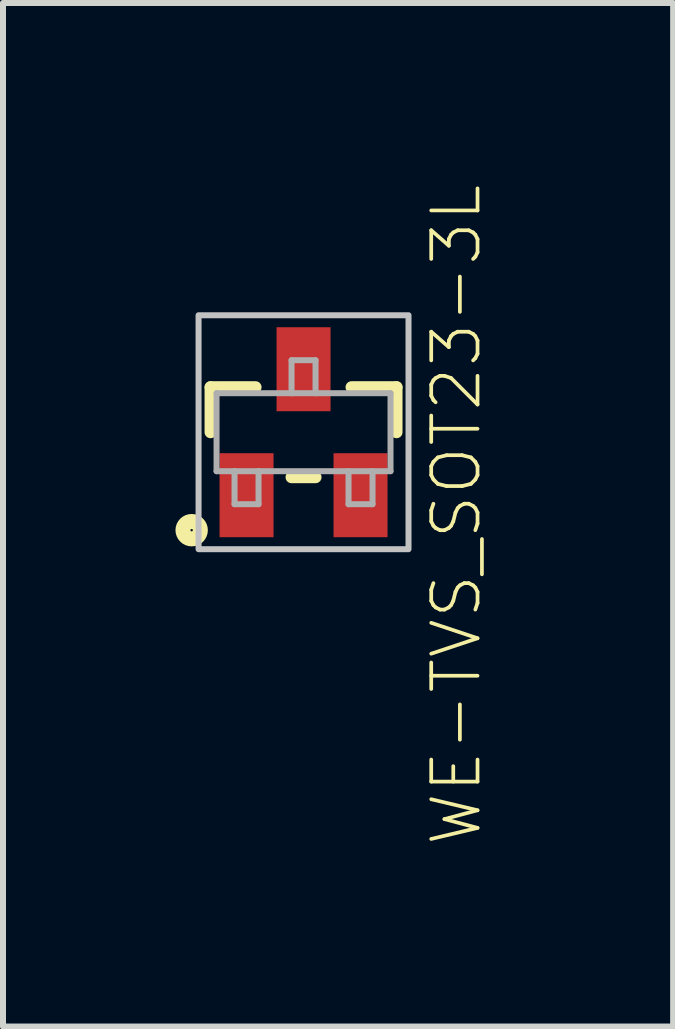
<source format=kicad_pcb>
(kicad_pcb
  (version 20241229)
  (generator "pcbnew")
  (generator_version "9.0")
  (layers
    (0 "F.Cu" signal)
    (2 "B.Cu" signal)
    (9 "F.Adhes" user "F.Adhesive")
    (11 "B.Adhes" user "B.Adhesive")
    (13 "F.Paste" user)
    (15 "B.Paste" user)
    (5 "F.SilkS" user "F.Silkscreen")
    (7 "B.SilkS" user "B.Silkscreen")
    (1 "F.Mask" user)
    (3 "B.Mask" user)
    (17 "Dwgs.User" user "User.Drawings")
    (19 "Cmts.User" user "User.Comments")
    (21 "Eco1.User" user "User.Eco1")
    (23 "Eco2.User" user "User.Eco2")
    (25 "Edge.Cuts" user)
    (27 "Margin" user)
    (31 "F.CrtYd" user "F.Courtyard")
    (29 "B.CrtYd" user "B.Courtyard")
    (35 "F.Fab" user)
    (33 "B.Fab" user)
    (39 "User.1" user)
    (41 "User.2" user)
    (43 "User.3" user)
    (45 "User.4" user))
  (footprint "WE-TVS_SOT23-3L"
    (layer "F.Cu")
    (at 2.01 4.155)
    (property "Reference" "WE-TVS_SOT23-3L" (at 2.998 1.376 90) (layer "F.SilkS") (effects (font (size 0.772 0.772) (thickness 0.062)) (justify bottom)))
    (attr through_hole)
    (fp_line (start -1.55 -0.75) (end -0.8 -0.75) (stroke (width 0.2) (type solid)) (layer "F.SilkS"))
    (fp_line (start -1.55 0) (end -1.55 -0.75) (stroke (width 0.2) (type solid)) (layer "F.SilkS"))
    (fp_line (start -0.2 0.75) (end 0.2 0.75) (stroke (width 0.2) (type solid)) (layer "F.SilkS"))
    (fp_line (start 1.55 -0.75) (end 0.8 -0.75) (stroke (width 0.2) (type solid)) (layer "F.SilkS"))
    (fp_line (start 1.55 0) (end 1.55 -0.75) (stroke (width 0.2) (type solid)) (layer "F.SilkS"))
    (fp_circle (center -1.865 1.633) (end -1.845 1.633) (stroke (width 0.25) (type solid)) (fill no) (layer "F.SilkS"))
    (fp_poly (pts (xy -1.75 -1.95) (xy 1.75 -1.95) (xy 1.75 1.95) (xy -1.75 1.95)) (stroke (width 0.1) (type solid)) (fill no) (layer "Dwgs.User"))
    (fp_line (start -1.45 -0.65) (end -0.2 -0.65) (stroke (width 0.1) (type solid)) (layer "F.Fab"))
    (fp_line (start -1.45 0.65) (end -1.45 -0.65) (stroke (width 0.1) (type solid)) (layer "F.Fab"))
    (fp_line (start -1.15 0.65) (end -1.45 0.65) (stroke (width 0.1) (type solid)) (layer "F.Fab"))
    (fp_line (start -1.15 0.65) (end -1.15 1.2) (stroke (width 0.1) (type solid)) (layer "F.Fab"))
    (fp_line (start -1.15 1.2) (end -0.75 1.2) (stroke (width 0.1) (type solid)) (layer "F.Fab"))
    (fp_line (start -0.75 0.65) (end -1.15 0.65) (stroke (width 0.1) (type solid)) (layer "F.Fab"))
    (fp_line (start -0.75 1.2) (end -0.75 0.65) (stroke (width 0.1) (type solid)) (layer "F.Fab"))
    (fp_line (start -0.2 -1.2) (end 0.2 -1.2) (stroke (width 0.1) (type solid)) (layer "F.Fab"))
    (fp_line (start -0.2 -0.65) (end -0.2 -1.2) (stroke (width 0.1) (type solid)) (layer "F.Fab"))
    (fp_line (start -0.2 -0.65) (end 0.2 -0.65) (stroke (width 0.1) (type solid)) (layer "F.Fab"))
    (fp_line (start 0.2 -1.2) (end 0.2 -0.65) (stroke (width 0.1) (type solid)) (layer "F.Fab"))
    (fp_line (start 0.2 -0.65) (end 1.45 -0.65) (stroke (width 0.1) (type solid)) (layer "F.Fab"))
    (fp_line (start 0.75 0.65) (end 0.75 1.2) (stroke (width 0.1) (type solid)) (layer "F.Fab"))
    (fp_line (start 0.75 1.2) (end 1.15 1.2) (stroke (width 0.1) (type solid)) (layer "F.Fab"))
    (fp_line (start 1.15 1.2) (end 1.15 0.65) (stroke (width 0.1) (type solid)) (layer "F.Fab"))
    (fp_line (start 1.45 -0.65) (end 1.45 0.65) (stroke (width 0.1) (type solid)) (layer "F.Fab"))
    (fp_line (start 1.45 0.65) (end -0.75 0.65) (stroke (width 0.1) (type solid)) (layer "F.Fab"))
    (pad "1" smd rect (at -0.95 1.05) (size 0.9 1.4) (layers "F.Cu" "F.Mask" "F.Paste"))
    (pad "2" smd rect (at 0.95 1.05) (size 0.9 1.4) (layers "F.Cu" "F.Mask" "F.Paste"))
    (pad "3" smd rect (at 0 -1.05) (size 0.9 1.4) (layers "F.Cu" "F.Mask" "F.Paste")))
  (gr_rect
    (start -3 -3)
    (end 8.171 14.062)
    (stroke (width 0.1) (type default))
    (fill no)
    (layer "Edge.Cuts")))
</source>
